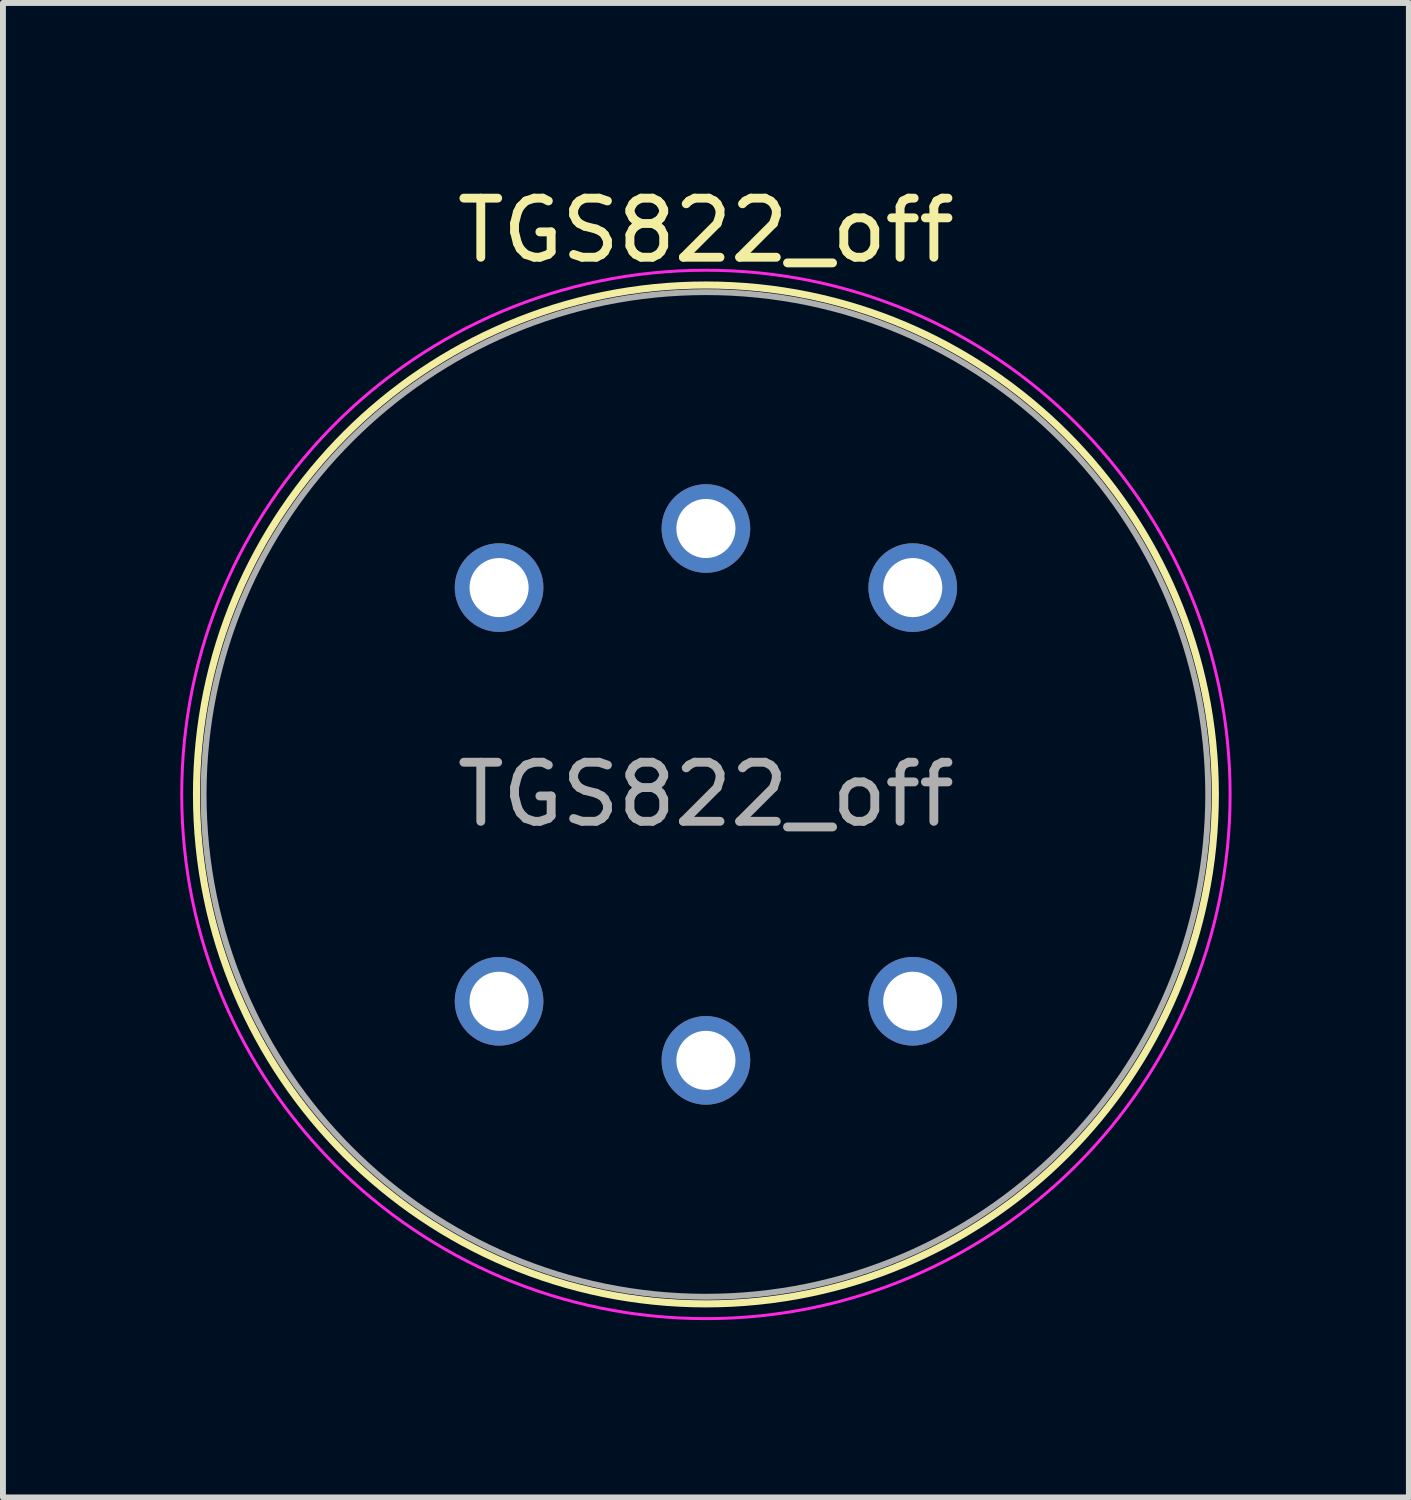
<source format=kicad_pcb>
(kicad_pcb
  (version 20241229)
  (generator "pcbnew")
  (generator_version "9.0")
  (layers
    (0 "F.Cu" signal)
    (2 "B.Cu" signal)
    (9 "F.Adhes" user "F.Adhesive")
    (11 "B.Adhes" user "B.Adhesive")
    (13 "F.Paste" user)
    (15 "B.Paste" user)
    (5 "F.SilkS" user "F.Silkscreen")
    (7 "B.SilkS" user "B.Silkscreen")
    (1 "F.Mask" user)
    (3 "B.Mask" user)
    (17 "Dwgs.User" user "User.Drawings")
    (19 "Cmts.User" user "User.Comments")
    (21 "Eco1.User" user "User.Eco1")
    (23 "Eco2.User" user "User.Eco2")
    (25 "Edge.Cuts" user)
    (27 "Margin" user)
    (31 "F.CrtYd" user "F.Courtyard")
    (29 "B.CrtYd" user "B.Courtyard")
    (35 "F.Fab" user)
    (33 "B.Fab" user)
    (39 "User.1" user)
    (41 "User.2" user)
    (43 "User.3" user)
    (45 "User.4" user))
  (footprint "TGS822_off"
    (layer "F.Cu")
    (at 8.895 10.393)
    (property "Reference" "TGS822_off" (at 0 -9.545 0) (layer "F.SilkS") (effects (font (size 1 1) (thickness 0.15))))
    (fp_circle (center 0 0) (end 0 8.62) (stroke (width 0.12) (type default)) (fill no) (layer "F.SilkS"))
    (fp_circle (center 0 0) (end 0 8.87) (stroke (width 0.05) (type default)) (fill no) (layer "F.CrtYd"))
    (fp_circle (center 0 0) (end 0 8.5) (stroke (width 0.1) (type default)) (fill no) (layer "F.Fab"))
    (fp_text user "${REFERENCE}" (at 0 0 0) (layer "F.Fab") (effects (font (size 1 1) (thickness 0.15))))
    (pad "1" thru_hole oval (at -3.5 -3.5 45) (size 1.5 1.5) (drill 1) (layers "*.Cu" "*.Mask"))
    (pad "2" thru_hole oval (at 0 -4.5 45) (size 1.5 1.5) (drill 1) (layers "*.Cu" "*.Mask"))
    (pad "3" thru_hole oval (at 3.5 -3.5 45) (size 1.5 1.5) (drill 1) (layers "*.Cu" "*.Mask"))
    (pad "4" thru_hole oval (at 3.5 3.5 45) (size 1.5 1.5) (drill 1) (layers "*.Cu" "*.Mask"))
    (pad "5" thru_hole oval (at 0 4.5 45) (size 1.5 1.5) (drill 1) (layers "*.Cu" "*.Mask"))
    (pad "6" thru_hole oval (at -3.5 3.5 45) (size 1.5 1.5) (drill 1) (layers "*.Cu" "*.Mask")))
  (gr_rect
    (start -3 -3)
    (end 20.79 22.288)
    (stroke (width 0.1) (type default))
    (fill no)
    (layer "Edge.Cuts")))
</source>
